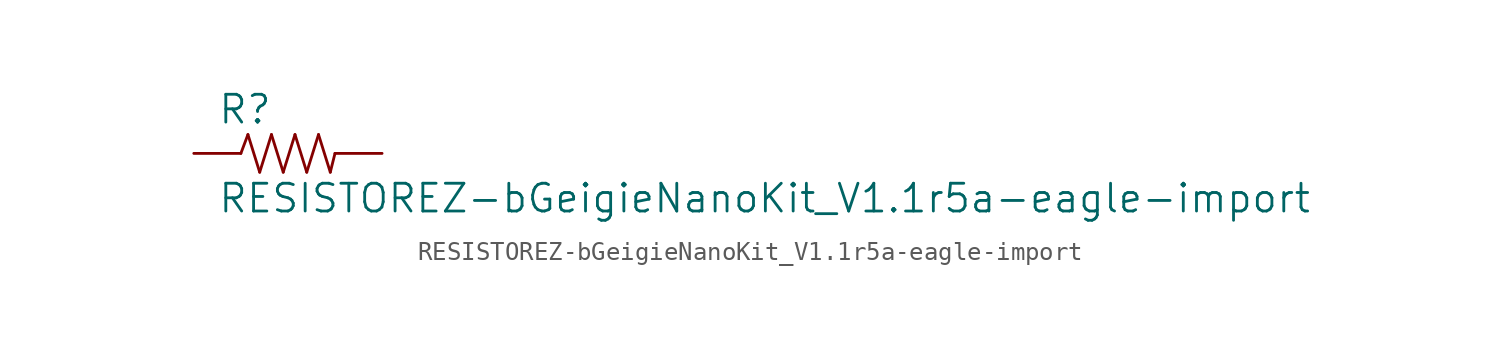
<source format=kicad_sym>
(kicad_symbol_lib
  (version 20200126)
  (host kicad_symbol_editor "5.99.0-unknown-aa7ce74~88~ubuntu18.04.1")
  (symbol "import_from_eagle-rescue:RESISTOREZ-bGeigieNanoKit_V1.1r5a-eagle-import"
    (property "Reference" "R"
      (at -3.81 1.499 0)
      (effects (font (size 1.499 1.499)) (justify left bottom)))
    (property "Value" "RESISTOREZ-bGeigieNanoKit_V1.1r5a-eagle-import"
      (at -3.81 -3.302 0)
      (effects (font (size 1.499 1.499)) (justify left bottom)))
    (property "ki_locked" ""
      (at 0 0 0)
      (effects (font (size 1.27 1.27))))
    (symbol "RESISTOREZ-bGeigieNanoKit_V1.1r5a-eagle-import_1_0"
      (polyline (pts (xy -2.54 0) (xy -2.159 1.016)) (stroke (width 0)) (fill (type none)))
      (polyline (pts (xy -2.159 1.016) (xy -1.524 -1.016)) (stroke (width 0)) (fill (type none)))
      (polyline (pts (xy -1.524 -1.016) (xy -0.889 1.016)) (stroke (width 0)) (fill (type none)))
      (polyline (pts (xy -0.889 1.016) (xy -0.254 -1.016)) (stroke (width 0)) (fill (type none)))
      (polyline (pts (xy -0.254 -1.016) (xy 0.381 1.016)) (stroke (width 0)) (fill (type none)))
      (polyline (pts (xy 0.381 1.016) (xy 1.016 -1.016)) (stroke (width 0)) (fill (type none)))
      (polyline (pts (xy 1.016 -1.016) (xy 1.651 1.016)) (stroke (width 0)) (fill (type none)))
      (polyline (pts (xy 1.651 1.016) (xy 2.286 -1.016)) (stroke (width 0)) (fill (type none)))
      (polyline (pts (xy 2.286 -1.016) (xy 2.54 0)) (stroke (width 0)) (fill (type none)))
      (pin passive line (at -5.08 0 0) (length 2.54) (name "1" (effects (font (size 0 0)))) (number "P$1" (effects (font (size 0 0)))))
      (pin passive line (at 5.08 0 180) (length 2.54) (name "2" (effects (font (size 0 0)))) (number "P$2" (effects (font (size 0 0))))))))
</source>
